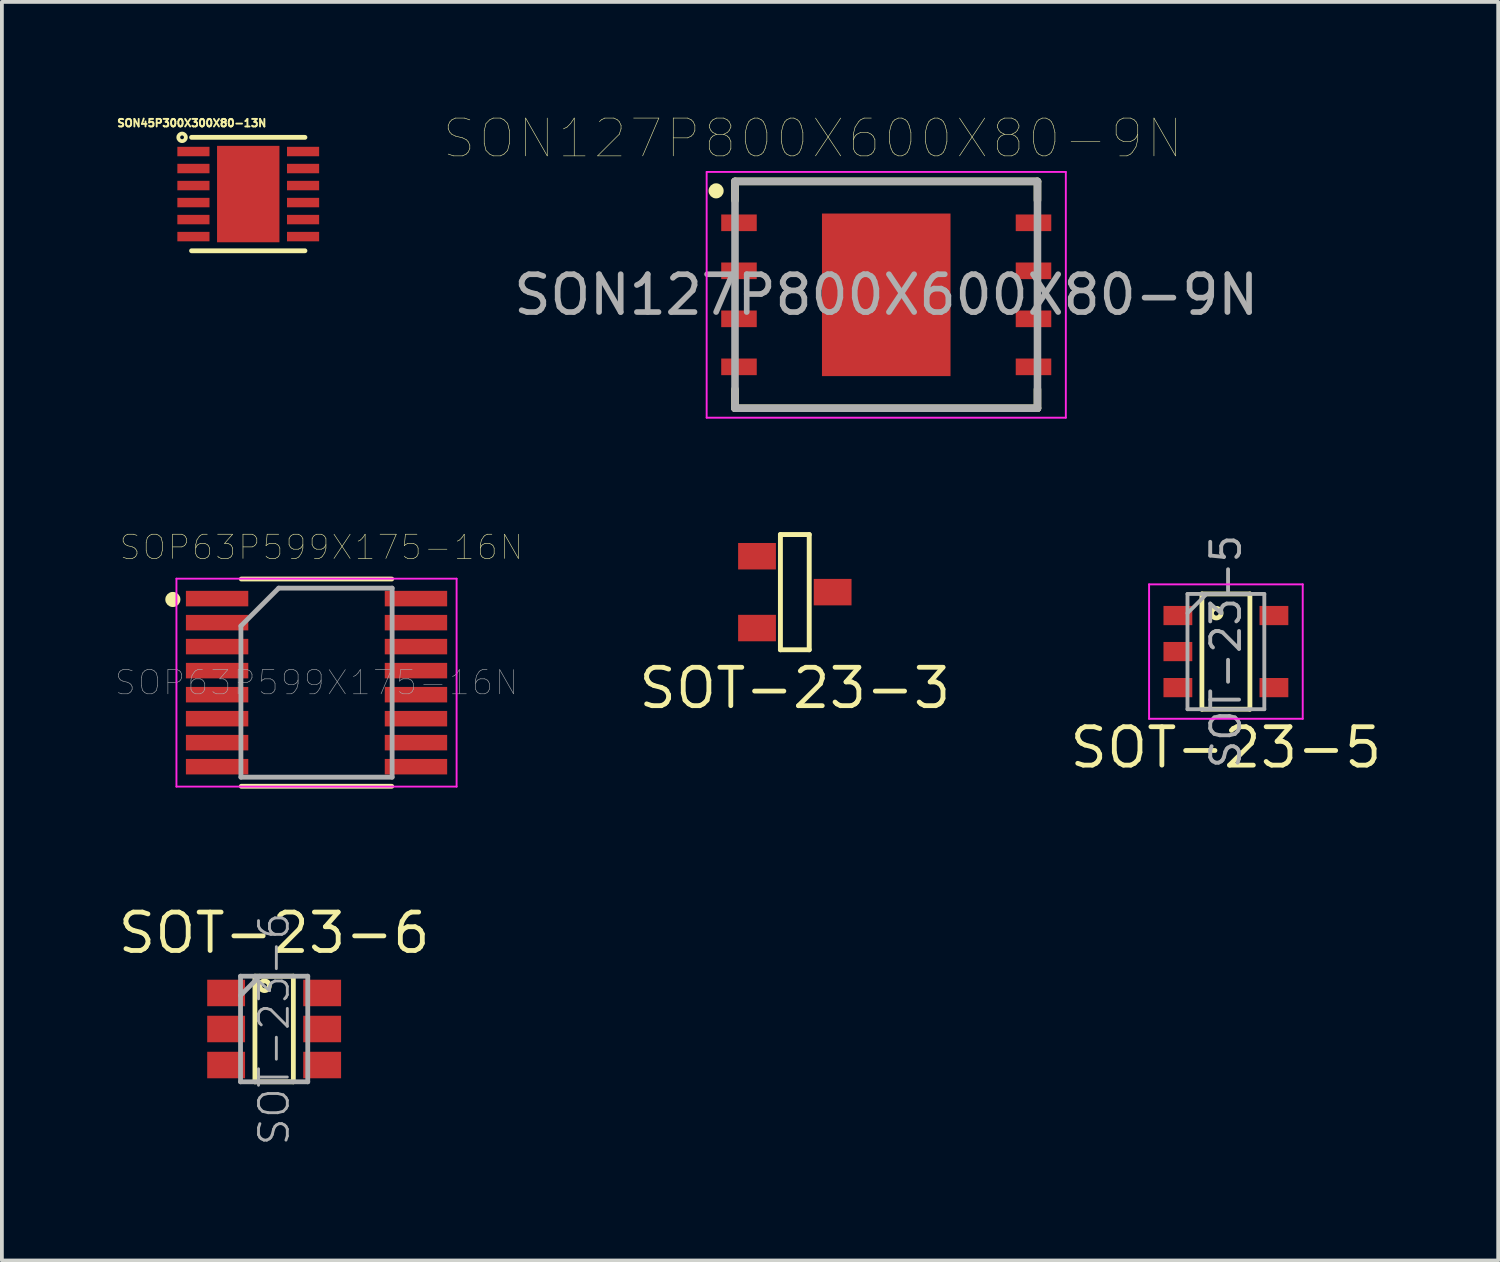
<source format=kicad_pcb>
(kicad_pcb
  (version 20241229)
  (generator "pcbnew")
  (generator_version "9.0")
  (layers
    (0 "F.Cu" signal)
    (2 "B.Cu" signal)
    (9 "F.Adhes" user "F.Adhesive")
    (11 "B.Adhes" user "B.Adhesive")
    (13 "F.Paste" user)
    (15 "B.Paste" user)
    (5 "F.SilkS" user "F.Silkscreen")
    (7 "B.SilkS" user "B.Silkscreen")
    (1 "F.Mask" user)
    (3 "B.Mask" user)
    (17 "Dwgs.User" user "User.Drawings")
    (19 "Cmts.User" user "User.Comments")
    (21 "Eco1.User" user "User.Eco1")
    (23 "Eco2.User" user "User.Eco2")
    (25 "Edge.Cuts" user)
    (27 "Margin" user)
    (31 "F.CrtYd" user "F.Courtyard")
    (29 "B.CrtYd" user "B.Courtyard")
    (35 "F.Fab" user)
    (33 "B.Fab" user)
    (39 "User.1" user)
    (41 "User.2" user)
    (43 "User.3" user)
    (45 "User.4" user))
  (footprint "SON45P300X300X80-13N"
    (layer "F.Cu")
    (at 3.516 2.083)
    (property "Reference" "SON45P300X300X80-13N" (at -1.493 -1.878 0) (layer "F.SilkS") (effects (font (size 0.2 0.2) (thickness 0.05))))
    (attr smd)
    (fp_line (start -1.5 -1.5) (end 1.5 -1.5) (stroke (width 0.127) (type solid)) (layer "F.SilkS"))
    (fp_line (start -1.5 1.5) (end 1.5 1.5) (stroke (width 0.127) (type solid)) (layer "F.SilkS"))
    (fp_circle (center -1.75 -1.5) (end -1.65 -1.5) (stroke (width 0.1) (type solid)) (fill no) (layer "F.SilkS"))
    (fp_poly (pts (xy -0.461 -0.91) (xy 0.46 -0.91) (xy 0.46 0.912) (xy -0.461 0.912)) (stroke (width 0) (type solid)) (fill yes) (layer "F.Paste"))
    (fp_line (start -2.15 -1.75) (end 2.15 -1.75) (stroke (width 0.05) (type solid)) (layer "Eco1.User"))
    (fp_line (start -2.15 1.75) (end -2.15 -1.75) (stroke (width 0.05) (type solid)) (layer "Eco1.User"))
    (fp_line (start 2.15 -1.75) (end 2.15 1.75) (stroke (width 0.05) (type solid)) (layer "Eco1.User"))
    (fp_line (start 2.15 1.75) (end -2.15 1.75) (stroke (width 0.05) (type solid)) (layer "Eco1.User"))
    (fp_line (start -1.5 -1.5) (end -1.5 1.5) (stroke (width 0.127) (type solid)) (layer "Eco2.User"))
    (fp_line (start 1.5 1.5) (end 1.5 -1.5) (stroke (width 0.127) (type solid)) (layer "Eco2.User"))
    (pad "1" smd rect (at -1.45 -1.125) (size 0.85 0.25) (layers "F.Cu" "F.Mask" "F.Paste"))
    (pad "2" smd rect (at -1.45 -0.675) (size 0.85 0.25) (layers "F.Cu" "F.Mask" "F.Paste"))
    (pad "3" smd rect (at -1.45 -0.225) (size 0.85 0.25) (layers "F.Cu" "F.Mask" "F.Paste"))
    (pad "4" smd rect (at -1.45 0.225) (size 0.85 0.25) (layers "F.Cu" "F.Mask" "F.Paste"))
    (pad "5" smd rect (at -1.45 0.675) (size 0.85 0.25) (layers "F.Cu" "F.Mask" "F.Paste"))
    (pad "6" smd rect (at -1.45 1.125) (size 0.85 0.25) (layers "F.Cu" "F.Mask" "F.Paste"))
    (pad "7" smd rect (at 1.45 1.125 180) (size 0.85 0.25) (layers "F.Cu" "F.Mask" "F.Paste"))
    (pad "8" smd rect (at 1.45 0.675 180) (size 0.85 0.25) (layers "F.Cu" "F.Mask" "F.Paste"))
    (pad "9" smd rect (at 1.45 0.225 180) (size 0.85 0.25) (layers "F.Cu" "F.Mask" "F.Paste"))
    (pad "10" smd rect (at 1.45 -0.225 180) (size 0.85 0.25) (layers "F.Cu" "F.Mask" "F.Paste"))
    (pad "11" smd rect (at 1.45 -0.675 180) (size 0.85 0.25) (layers "F.Cu" "F.Mask" "F.Paste"))
    (pad "12" smd rect (at 1.45 -1.125 180) (size 0.85 0.25) (layers "F.Cu" "F.Mask" "F.Paste"))
    (pad "13" smd rect (at 0 0 180) (size 1.65 2.55) (layers "F.Cu" "F.Mask" "F.Paste")))
  (footprint "SOT-23-5"
    (layer "F.Cu")
    (at 29.375 14.184)
    (property "Reference" "SOT-23-5" (at 0 2.54 0) (layer "F.SilkS") (effects (font (size 1.016 1.016) (thickness 0.127))))
    (attr smd)
    (fp_line (start -0.635 -1.524) (end -0.635 1.524) (stroke (width 0.127) (type solid)) (layer "F.SilkS"))
    (fp_line (start -0.635 1.524) (end 0.635 1.524) (stroke (width 0.127) (type solid)) (layer "F.SilkS"))
    (fp_line (start 0.635 -1.524) (end -0.635 -1.524) (stroke (width 0.127) (type solid)) (layer "F.SilkS"))
    (fp_line (start 0.635 1.524) (end 0.635 -1.524) (stroke (width 0.127) (type solid)) (layer "F.SilkS"))
    (fp_circle (center -0.254 -1.016) (end -0.127 -1.016) (stroke (width 0.127) (type solid)) (fill no) (layer "F.SilkS"))
    (fp_line (start -2.032 -1.778) (end 2.032 -1.778) (stroke (width 0.051) (type solid)) (layer "F.CrtYd"))
    (fp_line (start -2.032 1.778) (end -2.032 -1.778) (stroke (width 0.051) (type solid)) (layer "F.CrtYd"))
    (fp_line (start 2.032 -1.778) (end 2.032 1.778) (stroke (width 0.051) (type solid)) (layer "F.CrtYd"))
    (fp_line (start 2.032 1.778) (end -2.032 1.778) (stroke (width 0.051) (type solid)) (layer "F.CrtYd"))
    (fp_line (start -1.016 -1.524) (end -1.016 1.524) (stroke (width 0.102) (type solid)) (layer "F.Fab"))
    (fp_line (start -1.016 -1.016) (end -0.508 -1.524) (stroke (width 0.102) (type solid)) (layer "F.Fab"))
    (fp_line (start -1.016 1.524) (end 1.016 1.524) (stroke (width 0.102) (type solid)) (layer "F.Fab"))
    (fp_line (start 1.016 -1.524) (end -1.016 -1.524) (stroke (width 0.102) (type solid)) (layer "F.Fab"))
    (fp_line (start 1.016 1.524) (end 1.016 -1.524) (stroke (width 0.102) (type solid)) (layer "F.Fab"))
    (fp_text user "${REFERENCE}" (at 0 0 90) (layer "F.Fab") (effects (font (size 0.762 0.762) (thickness 0.102))))
    (pad "1" smd rect (at -1.27 -0.953 270) (size 0.508 0.762) (layers "F.Cu" "F.Mask" "F.Paste"))
    (pad "2" smd rect (at -1.27 0 270) (size 0.508 0.762) (layers "F.Cu" "F.Mask" "F.Paste"))
    (pad "3" smd rect (at -1.27 0.953 270) (size 0.508 0.762) (layers "F.Cu" "F.Mask" "F.Paste"))
    (pad "4" smd rect (at 1.27 0.953 270) (size 0.508 0.762) (layers "F.Cu" "F.Mask" "F.Paste"))
    (pad "5" smd rect (at 1.27 -0.953 270) (size 0.508 0.762) (layers "F.Cu" "F.Mask" "F.Paste")))
  (footprint "SOT-23-6"
    (layer "F.Cu")
    (at 4.201 24.167)
    (property "Reference" "SOT-23-6" (at 0 -2.54 0) (layer "F.SilkS") (effects (font (size 1.016 1.016) (thickness 0.127))))
    (attr through_hole)
    (fp_line (start -0.508 -1.397) (end -0.508 1.397) (stroke (width 0.127) (type solid)) (layer "F.SilkS"))
    (fp_line (start -0.508 -1.397) (end 0.508 -1.397) (stroke (width 0.127) (type solid)) (layer "F.SilkS"))
    (fp_line (start -0.508 1.397) (end 0.508 1.397) (stroke (width 0.127) (type solid)) (layer "F.SilkS"))
    (fp_line (start 0.508 -1.397) (end 0.508 1.397) (stroke (width 0.127) (type solid)) (layer "F.SilkS"))
    (fp_circle (center -0.254 -1.143) (end -0.254 -1.016) (stroke (width 0.127) (type solid)) (fill no) (layer "F.SilkS"))
    (fp_line (start -0.889 -1.397) (end -0.889 1.397) (stroke (width 0.127) (type solid)) (layer "F.Fab"))
    (fp_line (start -0.889 -0.889) (end -0.381 -1.397) (stroke (width 0.127) (type solid)) (layer "F.Fab"))
    (fp_line (start -0.889 1.397) (end 0.889 1.397) (stroke (width 0.127) (type solid)) (layer "F.Fab"))
    (fp_line (start 0.889 -1.397) (end -0.889 -1.397) (stroke (width 0.127) (type solid)) (layer "F.Fab"))
    (fp_line (start 0.889 1.397) (end 0.889 -1.397) (stroke (width 0.127) (type solid)) (layer "F.Fab"))
    (fp_text user "${REFERENCE}" (at 0 0 90) (layer "F.Fab") (effects (font (size 0.762 0.762) (thickness 0.076))))
    (pad "1" smd rect (at -1.27 -0.953 270) (size 0.701 1.001) (layers "F.Cu" "F.Mask" "F.Paste"))
    (pad "2" smd rect (at -1.27 0 270) (size 0.701 1.001) (layers "F.Cu" "F.Mask" "F.Paste"))
    (pad "3" smd rect (at -1.27 0.953 270) (size 0.701 1.001) (layers "F.Cu" "F.Mask" "F.Paste"))
    (pad "4" smd rect (at 1.27 0.953 270) (size 0.701 1.001) (layers "F.Cu" "F.Mask" "F.Paste"))
    (pad "5" smd rect (at 1.27 0 270) (size 0.701 1.001) (layers "F.Cu" "F.Mask" "F.Paste"))
    (pad "6" smd rect (at 1.27 -0.953 270) (size 0.701 1.001) (layers "F.Cu" "F.Mask" "F.Paste")))
  (footprint "SOT-23-3"
    (layer "F.Cu")
    (at 17.973 12.612)
    (property "Reference" "SOT-23-3" (at 0 2.54 0) (layer "F.SilkS") (effects (font (size 1.016 1.016) (thickness 0.127))))
    (attr through_hole)
    (fp_line (start -0.381 -1.524) (end -0.381 1.524) (stroke (width 0.13) (type solid)) (layer "F.SilkS"))
    (fp_line (start -0.381 1.524) (end 0.381 1.524) (stroke (width 0.13) (type solid)) (layer "F.SilkS"))
    (fp_line (start 0.381 -1.524) (end -0.381 -1.524) (stroke (width 0.13) (type solid)) (layer "F.SilkS"))
    (fp_line (start 0.381 1.524) (end 0.381 -1.524) (stroke (width 0.13) (type solid)) (layer "F.SilkS"))
    (pad "1" smd rect (at -1 -0.95 270) (size 0.7 1) (layers "F.Cu" "F.Mask" "F.Paste"))
    (pad "2" smd rect (at -1 0.95 270) (size 0.7 1) (layers "F.Cu" "F.Mask" "F.Paste"))
    (pad "3" smd rect (at 1 0 270) (size 0.7 1) (layers "F.Cu" "F.Mask" "F.Paste")))
  (footprint "SON127P800X600X80-9N"
    (layer "F.Cu")
    (at 20.391 4.748)
    (property "Reference" "SON127P800X600X80-9N" (at -1.943 -4.137 0) (layer "F.SilkS") (effects (font (size 1 1) (thickness 0.015))))
    (attr through_hole)
    (fp_line (start -4 -3) (end 4 -3) (stroke (width 0.2) (type solid)) (layer "F.SilkS"))
    (fp_line (start -4 -2.5) (end -4 -3) (stroke (width 0.2) (type solid)) (layer "F.SilkS"))
    (fp_line (start -4 2.5) (end -4 3) (stroke (width 0.2) (type solid)) (layer "F.SilkS"))
    (fp_line (start -4 3) (end 4 3) (stroke (width 0.2) (type solid)) (layer "F.SilkS"))
    (fp_line (start 4 -3) (end 4 -2.5) (stroke (width 0.2) (type solid)) (layer "F.SilkS"))
    (fp_line (start 4 3) (end 4 2.5) (stroke (width 0.2) (type solid)) (layer "F.SilkS"))
    (fp_circle (center -4.5 -2.75) (end -4.4 -2.75) (stroke (width 0.2) (type solid)) (fill no) (layer "F.SilkS"))
    (fp_poly (pts (xy -1.56 -1.56) (xy 0.04 -1.56) (xy 0.04 -0.41) (xy -1.56 -0.41)) (stroke (width 0.01) (type solid)) (fill yes) (layer "F.Paste"))
    (fp_poly (pts (xy -1.56 0.41) (xy 0.04 0.41) (xy 0.04 1.56) (xy -1.56 1.56)) (stroke (width 0.01) (type solid)) (fill yes) (layer "F.Paste"))
    (fp_poly (pts (xy -0.04 -1.56) (xy 1.56 -1.56) (xy 1.56 -0.41) (xy -0.04 -0.41)) (stroke (width 0.01) (type solid)) (fill yes) (layer "F.Paste"))
    (fp_poly (pts (xy -0.04 0.41) (xy 1.56 0.41) (xy 1.56 1.56) (xy -0.04 1.56)) (stroke (width 0.01) (type solid)) (fill yes) (layer "F.Paste"))
    (fp_line (start -4.75 -3.25) (end 4.75 -3.25) (stroke (width 0.05) (type solid)) (layer "F.CrtYd"))
    (fp_line (start -4.75 3.25) (end -4.75 -3.25) (stroke (width 0.05) (type solid)) (layer "F.CrtYd"))
    (fp_line (start 4.75 -3.25) (end 4.75 3.25) (stroke (width 0.05) (type solid)) (layer "F.CrtYd"))
    (fp_line (start 4.75 3.25) (end -4.75 3.25) (stroke (width 0.05) (type solid)) (layer "F.CrtYd"))
    (fp_line (start -4 -3) (end 4 -3) (stroke (width 0.2) (type solid)) (layer "F.Fab"))
    (fp_line (start -4 3) (end -4 -3) (stroke (width 0.2) (type solid)) (layer "F.Fab"))
    (fp_line (start 4 -3) (end 4 3) (stroke (width 0.2) (type solid)) (layer "F.Fab"))
    (fp_line (start 4 3) (end -4 3) (stroke (width 0.2) (type solid)) (layer "F.Fab"))
    (fp_text user "${REFERENCE}" (at 0 0 0) (layer "F.Fab") (effects (font (size 1 1) (thickness 0.15))))
    (pad "1" smd rect (at -3.895 -1.905) (size 0.94 0.44) (layers "F.Cu" "F.Mask" "F.Paste"))
    (pad "2" smd rect (at -3.895 -0.635) (size 0.94 0.44) (layers "F.Cu" "F.Mask" "F.Paste"))
    (pad "3" smd rect (at -3.895 0.635) (size 0.94 0.44) (layers "F.Cu" "F.Mask" "F.Paste"))
    (pad "4" smd rect (at -3.895 1.905) (size 0.94 0.44) (layers "F.Cu" "F.Mask" "F.Paste"))
    (pad "5" smd rect (at 3.895 1.905) (size 0.94 0.44) (layers "F.Cu" "F.Mask" "F.Paste"))
    (pad "6" smd rect (at 3.895 0.635) (size 0.94 0.44) (layers "F.Cu" "F.Mask" "F.Paste"))
    (pad "7" smd rect (at 3.895 -0.635) (size 0.94 0.44) (layers "F.Cu" "F.Mask" "F.Paste"))
    (pad "8" smd rect (at 3.895 -1.905) (size 0.94 0.44) (layers "F.Cu" "F.Mask" "F.Paste"))
    (pad "9" smd rect (at 0 0) (size 3.4 4.3) (layers "F.Cu" "F.Mask")))
  (footprint "SOP63P599X175-16N"
    (layer "F.Cu")
    (at 5.322 15.006)
    (property "Reference" "SOP63P599X175-16N" (at 0.127 -3.581 0) (layer "F.SilkS") (effects (font (size 0.64 0.64) (thickness 0.015))))
    (attr through_hole)
    (fp_line (start -1.99 -2.741) (end 1.99 -2.741) (stroke (width 0.127) (type solid)) (layer "F.SilkS"))
    (fp_line (start 1.99 2.741) (end -1.99 2.741) (stroke (width 0.127) (type solid)) (layer "F.SilkS"))
    (fp_circle (center -3.8 -2.2) (end -3.7 -2.2) (stroke (width 0.2) (type solid)) (fill no) (layer "F.SilkS"))
    (fp_line (start -3.705 -2.75) (end -3.705 2.75) (stroke (width 0.05) (type solid)) (layer "F.CrtYd"))
    (fp_line (start -3.705 -2.75) (end 3.705 -2.75) (stroke (width 0.05) (type solid)) (layer "F.CrtYd"))
    (fp_line (start -3.705 2.75) (end 3.705 2.75) (stroke (width 0.05) (type solid)) (layer "F.CrtYd"))
    (fp_line (start 3.705 -2.75) (end 3.705 2.75) (stroke (width 0.05) (type solid)) (layer "F.CrtYd"))
    (fp_line (start -2 -1.5) (end -2 2.5) (stroke (width 0.127) (type solid)) (layer "F.Fab"))
    (fp_line (start -2 -1.5) (end -1 -2.5) (stroke (width 0.127) (type solid)) (layer "F.Fab"))
    (fp_line (start -2 2.5) (end 2 2.5) (stroke (width 0.127) (type solid)) (layer "F.Fab"))
    (fp_line (start -1 -2.5) (end 2 -2.5) (stroke (width 0.127) (type solid)) (layer "F.Fab"))
    (fp_line (start 2 -2.5) (end 2 2.5) (stroke (width 0.127) (type solid)) (layer "F.Fab"))
    (fp_text user "${REFERENCE}" (at 0 0 0) (layer "F.Fab") (effects (font (size 0.64 0.64) (thickness 0.015))))
    (pad "1" smd rect (at -2.63 -2.223) (size 1.65 0.41) (layers "F.Cu" "F.Mask" "F.Paste"))
    (pad "2" smd rect (at -2.63 -1.587) (size 1.65 0.41) (layers "F.Cu" "F.Mask" "F.Paste"))
    (pad "3" smd rect (at -2.63 -0.953) (size 1.65 0.41) (layers "F.Cu" "F.Mask" "F.Paste"))
    (pad "4" smd rect (at -2.63 -0.318) (size 1.65 0.41) (layers "F.Cu" "F.Mask" "F.Paste"))
    (pad "5" smd rect (at -2.63 0.318) (size 1.65 0.41) (layers "F.Cu" "F.Mask" "F.Paste"))
    (pad "6" smd rect (at -2.63 0.953) (size 1.65 0.41) (layers "F.Cu" "F.Mask" "F.Paste"))
    (pad "7" smd rect (at -2.63 1.587) (size 1.65 0.41) (layers "F.Cu" "F.Mask" "F.Paste"))
    (pad "8" smd rect (at -2.63 2.223) (size 1.65 0.41) (layers "F.Cu" "F.Mask" "F.Paste"))
    (pad "9" smd rect (at 2.63 2.223) (size 1.65 0.41) (layers "F.Cu" "F.Mask" "F.Paste"))
    (pad "10" smd rect (at 2.63 1.587) (size 1.65 0.41) (layers "F.Cu" "F.Mask" "F.Paste"))
    (pad "11" smd rect (at 2.63 0.953) (size 1.65 0.41) (layers "F.Cu" "F.Mask" "F.Paste"))
    (pad "12" smd rect (at 2.63 0.318) (size 1.65 0.41) (layers "F.Cu" "F.Mask" "F.Paste"))
    (pad "13" smd rect (at 2.63 -0.318) (size 1.65 0.41) (layers "F.Cu" "F.Mask" "F.Paste"))
    (pad "14" smd rect (at 2.63 -0.953) (size 1.65 0.41) (layers "F.Cu" "F.Mask" "F.Paste"))
    (pad "15" smd rect (at 2.63 -1.587) (size 1.65 0.41) (layers "F.Cu" "F.Mask" "F.Paste"))
    (pad "16" smd rect (at 2.63 -2.223) (size 1.65 0.41) (layers "F.Cu" "F.Mask" "F.Paste")))
  (gr_rect
    (start -3 -3)
    (end 36.577 30.29)
    (stroke (width 0.1) (type default))
    (fill no)
    (layer "Edge.Cuts")))
</source>
